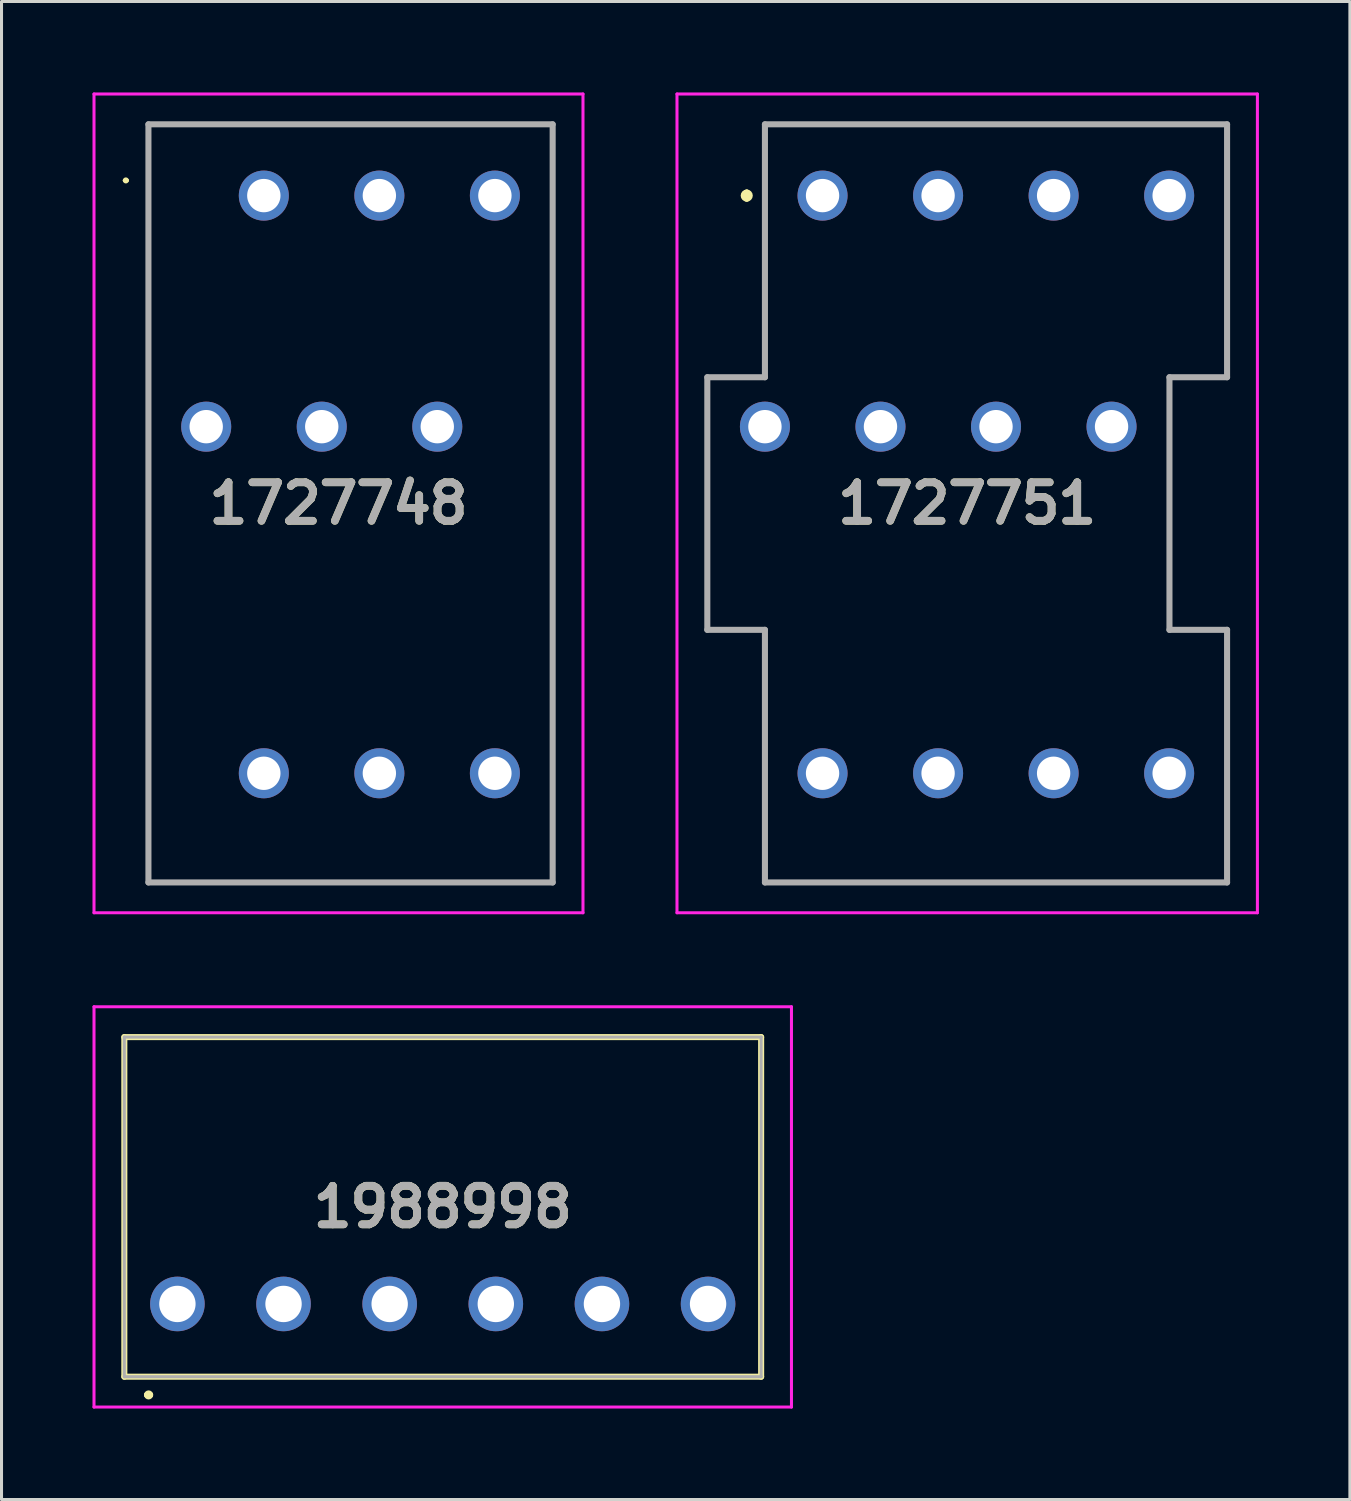
<source format=kicad_pcb>
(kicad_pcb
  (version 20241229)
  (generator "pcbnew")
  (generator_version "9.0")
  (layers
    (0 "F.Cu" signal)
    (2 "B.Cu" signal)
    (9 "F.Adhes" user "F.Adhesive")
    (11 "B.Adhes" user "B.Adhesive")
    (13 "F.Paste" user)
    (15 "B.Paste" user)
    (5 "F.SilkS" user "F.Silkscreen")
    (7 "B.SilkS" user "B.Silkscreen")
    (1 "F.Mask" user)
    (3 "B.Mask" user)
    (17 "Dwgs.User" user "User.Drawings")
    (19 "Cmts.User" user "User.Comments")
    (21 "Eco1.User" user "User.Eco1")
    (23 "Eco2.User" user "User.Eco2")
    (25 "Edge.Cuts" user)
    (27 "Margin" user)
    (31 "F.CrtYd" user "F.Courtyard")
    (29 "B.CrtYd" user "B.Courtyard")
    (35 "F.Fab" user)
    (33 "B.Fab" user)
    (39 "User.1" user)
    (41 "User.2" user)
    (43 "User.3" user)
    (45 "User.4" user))
  (footprint "1727751"
    (layer "F.Cu")
    (at 24.075 3.4)
    (property "Reference" "1727751" (at 4.77 10.15 0) (layer "F.SilkS") (effects (font (size 1.27 1.27) (thickness 0.254))))
    (attr through_hole)
    (fp_line (start -3.8 5.99) (end -3.8 14.32) (stroke (width 0.1) (type solid)) (layer "F.SilkS"))
    (fp_line (start -3.8 14.32) (end -1.9 14.32) (stroke (width 0.1) (type solid)) (layer "F.SilkS"))
    (fp_line (start -2.5 -0.1) (end -2.5 -0.1) (stroke (width 0.2) (type solid)) (layer "F.SilkS"))
    (fp_line (start -2.5 0.1) (end -2.5 0.1) (stroke (width 0.2) (type solid)) (layer "F.SilkS"))
    (fp_line (start -1.9 -2.35) (end -1.9 5.99) (stroke (width 0.1) (type solid)) (layer "F.SilkS"))
    (fp_line (start -1.9 5.99) (end -3.8 5.99) (stroke (width 0.1) (type solid)) (layer "F.SilkS"))
    (fp_line (start -1.9 14.32) (end -1.9 22.65) (stroke (width 0.1) (type solid)) (layer "F.SilkS"))
    (fp_line (start -1.9 22.65) (end 13.34 22.65) (stroke (width 0.1) (type solid)) (layer "F.SilkS"))
    (fp_line (start 11.44 5.99) (end 13.34 5.99) (stroke (width 0.1) (type solid)) (layer "F.SilkS"))
    (fp_line (start 11.44 14.32) (end 11.44 5.99) (stroke (width 0.1) (type solid)) (layer "F.SilkS"))
    (fp_line (start 13.34 -2.35) (end -1.9 -2.35) (stroke (width 0.1) (type solid)) (layer "F.SilkS"))
    (fp_line (start 13.34 5.99) (end 13.34 -2.35) (stroke (width 0.1) (type solid)) (layer "F.SilkS"))
    (fp_line (start 13.34 14.32) (end 11.44 14.32) (stroke (width 0.1) (type solid)) (layer "F.SilkS"))
    (fp_line (start 13.34 22.65) (end 13.34 14.32) (stroke (width 0.1) (type solid)) (layer "F.SilkS"))
    (fp_arc (start -2.5 -0.1) (mid -2.4 0) (end -2.5 0.1) (stroke (width 0.2) (type solid)) (layer "F.SilkS"))
    (fp_arc (start -2.5 0.1) (mid -2.6 0) (end -2.5 -0.1) (stroke (width 0.2) (type solid)) (layer "F.SilkS"))
    (fp_line (start -4.8 -3.35) (end 14.34 -3.35) (stroke (width 0.1) (type solid)) (layer "F.CrtYd"))
    (fp_line (start -4.8 23.65) (end -4.8 -3.35) (stroke (width 0.1) (type solid)) (layer "F.CrtYd"))
    (fp_line (start 14.34 -3.35) (end 14.34 23.65) (stroke (width 0.1) (type solid)) (layer "F.CrtYd"))
    (fp_line (start 14.34 23.65) (end -4.8 23.65) (stroke (width 0.1) (type solid)) (layer "F.CrtYd"))
    (fp_line (start -3.8 5.99) (end -3.8 14.32) (stroke (width 0.2) (type solid)) (layer "F.Fab"))
    (fp_line (start -3.8 14.32) (end -1.9 14.32) (stroke (width 0.2) (type solid)) (layer "F.Fab"))
    (fp_line (start -1.9 -2.35) (end -1.9 5.99) (stroke (width 0.2) (type solid)) (layer "F.Fab"))
    (fp_line (start -1.9 5.99) (end -3.8 5.99) (stroke (width 0.2) (type solid)) (layer "F.Fab"))
    (fp_line (start -1.9 14.32) (end -1.9 22.65) (stroke (width 0.2) (type solid)) (layer "F.Fab"))
    (fp_line (start -1.9 22.65) (end 13.34 22.65) (stroke (width 0.2) (type solid)) (layer "F.Fab"))
    (fp_line (start 11.44 5.99) (end 13.34 5.99) (stroke (width 0.2) (type solid)) (layer "F.Fab"))
    (fp_line (start 11.44 14.32) (end 11.44 5.99) (stroke (width 0.2) (type solid)) (layer "F.Fab"))
    (fp_line (start 13.34 -2.35) (end -1.9 -2.35) (stroke (width 0.2) (type solid)) (layer "F.Fab"))
    (fp_line (start 13.34 5.99) (end 13.34 -2.35) (stroke (width 0.2) (type solid)) (layer "F.Fab"))
    (fp_line (start 13.34 14.32) (end 11.44 14.32) (stroke (width 0.2) (type solid)) (layer "F.Fab"))
    (fp_line (start 13.34 22.65) (end 13.34 14.32) (stroke (width 0.2) (type solid)) (layer "F.Fab"))
    (fp_text user "${REFERENCE}" (at 4.77 10.15 0) (layer "F.Fab") (effects (font (size 1.27 1.27) (thickness 0.254))))
    (pad "1" thru_hole circle (at 0 0) (size 1.65 1.65) (drill 1.1) (layers "*.Cu" "*.Mask"))
    (pad "2" thru_hole circle (at -1.9 7.62) (size 1.65 1.65) (drill 1.1) (layers "*.Cu" "*.Mask"))
    (pad "3" thru_hole circle (at 0 19.05) (size 1.65 1.65) (drill 1.1) (layers "*.Cu" "*.Mask"))
    (pad "4" thru_hole circle (at 3.81 0) (size 1.65 1.65) (drill 1.1) (layers "*.Cu" "*.Mask"))
    (pad "5" thru_hole circle (at 1.91 7.62) (size 1.65 1.65) (drill 1.1) (layers "*.Cu" "*.Mask"))
    (pad "6" thru_hole circle (at 3.81 19.05) (size 1.65 1.65) (drill 1.1) (layers "*.Cu" "*.Mask"))
    (pad "7" thru_hole circle (at 7.62 0) (size 1.65 1.65) (drill 1.1) (layers "*.Cu" "*.Mask"))
    (pad "8" thru_hole circle (at 5.72 7.62) (size 1.65 1.65) (drill 1.1) (layers "*.Cu" "*.Mask"))
    (pad "9" thru_hole circle (at 7.62 19.05) (size 1.65 1.65) (drill 1.1) (layers "*.Cu" "*.Mask"))
    (pad "10" thru_hole circle (at 11.43 0) (size 1.65 1.65) (drill 1.1) (layers "*.Cu" "*.Mask"))
    (pad "11" thru_hole circle (at 9.53 7.62) (size 1.65 1.65) (drill 1.1) (layers "*.Cu" "*.Mask"))
    (pad "12" thru_hole circle (at 11.43 19.05) (size 1.65 1.65) (drill 1.1) (layers "*.Cu" "*.Mask")))
  (footprint "1727748"
    (layer "F.Cu")
    (at 5.65 3.4)
    (property "Reference" "1727748" (at 2.463 10.15 0) (layer "F.SilkS") (effects (font (size 1.27 1.27) (thickness 0.254))))
    (attr through_hole)
    (fp_line (start -4.6 -0.5) (end -4.6 -0.5) (stroke (width 0.1) (type solid)) (layer "F.SilkS"))
    (fp_line (start -4.5 -0.5) (end -4.5 -0.5) (stroke (width 0.1) (type solid)) (layer "F.SilkS"))
    (fp_line (start -3.81 -2.35) (end 9.525 -2.35) (stroke (width 0.1) (type solid)) (layer "F.SilkS"))
    (fp_line (start -3.81 22.65) (end -3.81 -2.35) (stroke (width 0.1) (type solid)) (layer "F.SilkS"))
    (fp_line (start 9.525 -2.35) (end 9.525 22.65) (stroke (width 0.1) (type solid)) (layer "F.SilkS"))
    (fp_line (start 9.525 22.65) (end -3.81 22.65) (stroke (width 0.1) (type solid)) (layer "F.SilkS"))
    (fp_arc (start -4.6 -0.5) (mid -4.55 -0.55) (end -4.5 -0.5) (stroke (width 0.1) (type solid)) (layer "F.SilkS"))
    (fp_arc (start -4.5 -0.5) (mid -4.55 -0.45) (end -4.6 -0.5) (stroke (width 0.1) (type solid)) (layer "F.SilkS"))
    (fp_line (start -5.6 -3.35) (end 10.525 -3.35) (stroke (width 0.1) (type solid)) (layer "F.CrtYd"))
    (fp_line (start -5.6 23.65) (end -5.6 -3.35) (stroke (width 0.1) (type solid)) (layer "F.CrtYd"))
    (fp_line (start 10.525 -3.35) (end 10.525 23.65) (stroke (width 0.1) (type solid)) (layer "F.CrtYd"))
    (fp_line (start 10.525 23.65) (end -5.6 23.65) (stroke (width 0.1) (type solid)) (layer "F.CrtYd"))
    (fp_line (start -3.805 -2.35) (end 9.525 -2.35) (stroke (width 0.2) (type solid)) (layer "F.Fab"))
    (fp_line (start -3.805 22.65) (end -3.805 -2.35) (stroke (width 0.2) (type solid)) (layer "F.Fab"))
    (fp_line (start 9.525 -2.35) (end 9.525 22.65) (stroke (width 0.2) (type solid)) (layer "F.Fab"))
    (fp_line (start 9.525 22.65) (end -3.805 22.65) (stroke (width 0.2) (type solid)) (layer "F.Fab"))
    (fp_text user "${REFERENCE}" (at 2.463 10.15 0) (layer "F.Fab") (effects (font (size 1.27 1.27) (thickness 0.254))))
    (pad "1" thru_hole circle (at 0 0) (size 1.65 1.65) (drill 1.1) (layers "*.Cu" "*.Mask"))
    (pad "2" thru_hole circle (at 3.81 0) (size 1.65 1.65) (drill 1.1) (layers "*.Cu" "*.Mask"))
    (pad "3" thru_hole circle (at 7.62 0) (size 1.65 1.65) (drill 1.1) (layers "*.Cu" "*.Mask"))
    (pad "4" thru_hole circle (at -1.9 7.62) (size 1.65 1.65) (drill 1.1) (layers "*.Cu" "*.Mask"))
    (pad "5" thru_hole circle (at 1.91 7.62) (size 1.65 1.65) (drill 1.1) (layers "*.Cu" "*.Mask"))
    (pad "6" thru_hole circle (at 5.72 7.62) (size 1.65 1.65) (drill 1.1) (layers "*.Cu" "*.Mask"))
    (pad "7" thru_hole circle (at 0 19.05) (size 1.65 1.65) (drill 1.1) (layers "*.Cu" "*.Mask"))
    (pad "8" thru_hole circle (at 3.81 19.05) (size 1.65 1.65) (drill 1.1) (layers "*.Cu" "*.Mask"))
    (pad "9" thru_hole circle (at 7.62 19.05) (size 1.65 1.65) (drill 1.1) (layers "*.Cu" "*.Mask")))
  (footprint "1988998"
    (layer "F.Cu")
    (at 2.8 39.95)
    (property "Reference" "1988998" (at 8.75 -3.2 0) (layer "F.SilkS") (effects (font (size 1.27 1.27) (thickness 0.254))))
    (attr through_hole)
    (fp_line (start -1.75 -8.8) (end 19.25 -8.8) (stroke (width 0.2) (type solid)) (layer "F.SilkS"))
    (fp_line (start -1.75 2.4) (end -1.75 -8.8) (stroke (width 0.2) (type solid)) (layer "F.SilkS"))
    (fp_line (start -1 3) (end -1 3) (stroke (width 0.2) (type solid)) (layer "F.SilkS"))
    (fp_line (start -0.9 3) (end -0.9 3) (stroke (width 0.2) (type solid)) (layer "F.SilkS"))
    (fp_line (start 19.25 -8.8) (end 19.25 2.4) (stroke (width 0.2) (type solid)) (layer "F.SilkS"))
    (fp_line (start 19.25 2.4) (end -1.75 2.4) (stroke (width 0.2) (type solid)) (layer "F.SilkS"))
    (fp_arc (start -1 3) (mid -0.95 2.95) (end -0.9 3) (stroke (width 0.2) (type solid)) (layer "F.SilkS"))
    (fp_arc (start -0.9 3) (mid -0.95 3.05) (end -1 3) (stroke (width 0.2) (type solid)) (layer "F.SilkS"))
    (fp_line (start -2.75 -9.8) (end 20.25 -9.8) (stroke (width 0.1) (type solid)) (layer "F.CrtYd"))
    (fp_line (start -2.75 3.4) (end -2.75 -9.8) (stroke (width 0.1) (type solid)) (layer "F.CrtYd"))
    (fp_line (start 20.25 -9.8) (end 20.25 3.4) (stroke (width 0.1) (type solid)) (layer "F.CrtYd"))
    (fp_line (start 20.25 3.4) (end -2.75 3.4) (stroke (width 0.1) (type solid)) (layer "F.CrtYd"))
    (fp_line (start -1.75 -8.8) (end 19.25 -8.8) (stroke (width 0.1) (type solid)) (layer "F.Fab"))
    (fp_line (start -1.75 2.4) (end -1.75 -8.8) (stroke (width 0.1) (type solid)) (layer "F.Fab"))
    (fp_line (start 19.25 -8.8) (end 19.25 2.4) (stroke (width 0.1) (type solid)) (layer "F.Fab"))
    (fp_line (start 19.25 2.4) (end -1.75 2.4) (stroke (width 0.1) (type solid)) (layer "F.Fab"))
    (fp_text user "${REFERENCE}" (at 8.75 -3.2 0) (layer "F.Fab") (effects (font (size 1.27 1.27) (thickness 0.254))))
    (pad "1" thru_hole circle (at 0 0) (size 1.8 1.8) (drill 1.2) (layers "*.Cu" "*.Mask"))
    (pad "2" thru_hole circle (at 3.5 0) (size 1.8 1.8) (drill 1.2) (layers "*.Cu" "*.Mask"))
    (pad "3" thru_hole circle (at 7 0) (size 1.8 1.8) (drill 1.2) (layers "*.Cu" "*.Mask"))
    (pad "4" thru_hole circle (at 10.5 0) (size 1.8 1.8) (drill 1.2) (layers "*.Cu" "*.Mask"))
    (pad "5" thru_hole circle (at 14 0) (size 1.8 1.8) (drill 1.2) (layers "*.Cu" "*.Mask"))
    (pad "6" thru_hole circle (at 17.5 0) (size 1.8 1.8) (drill 1.2) (layers "*.Cu" "*.Mask")))
  (gr_rect
    (start -3 -3)
    (end 41.465 46.4)
    (stroke (width 0.1) (type default))
    (fill no)
    (layer "Edge.Cuts")))
</source>
